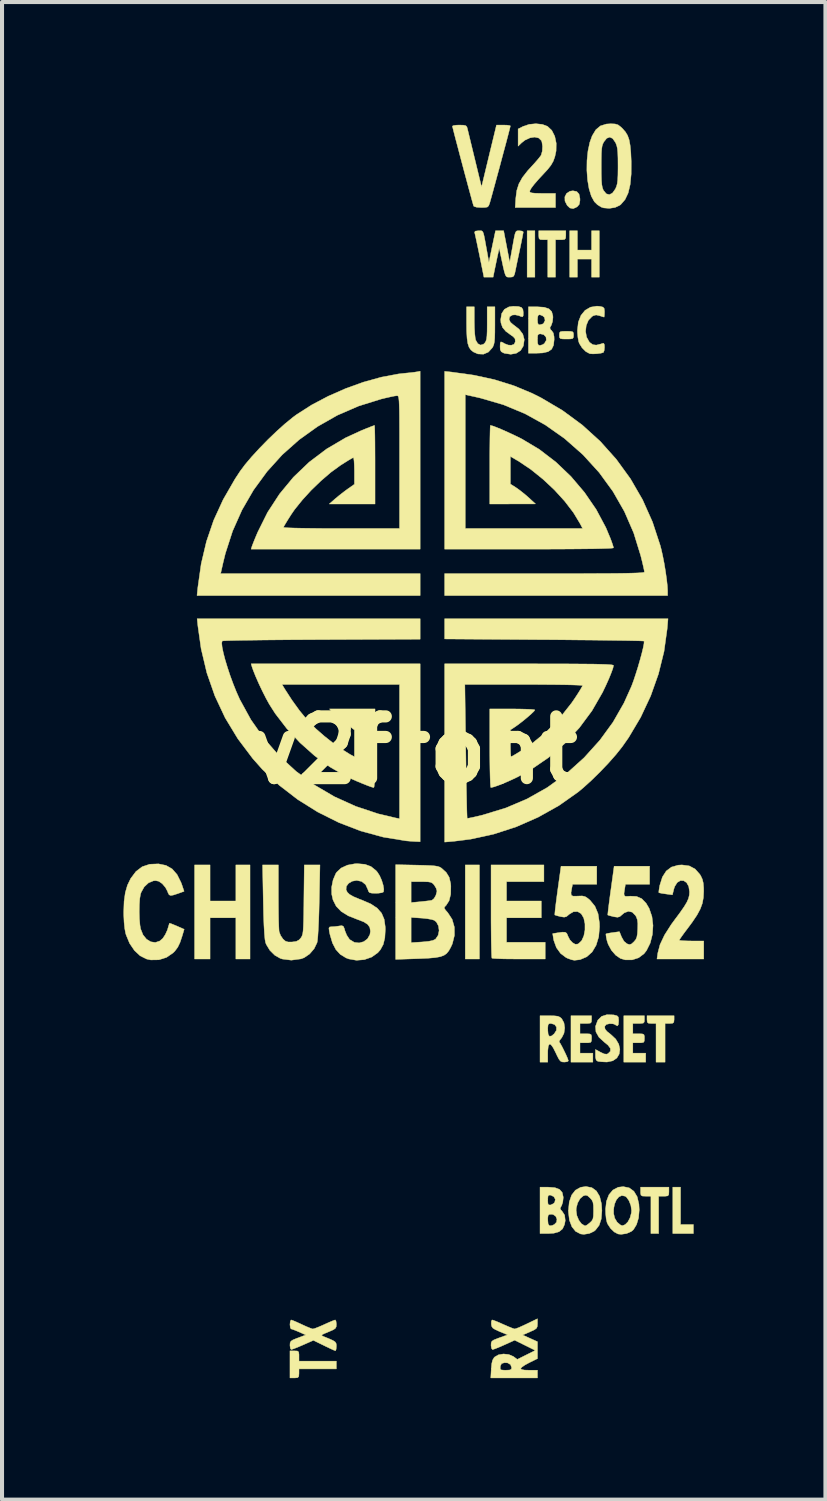
<source format=kicad_pcb>
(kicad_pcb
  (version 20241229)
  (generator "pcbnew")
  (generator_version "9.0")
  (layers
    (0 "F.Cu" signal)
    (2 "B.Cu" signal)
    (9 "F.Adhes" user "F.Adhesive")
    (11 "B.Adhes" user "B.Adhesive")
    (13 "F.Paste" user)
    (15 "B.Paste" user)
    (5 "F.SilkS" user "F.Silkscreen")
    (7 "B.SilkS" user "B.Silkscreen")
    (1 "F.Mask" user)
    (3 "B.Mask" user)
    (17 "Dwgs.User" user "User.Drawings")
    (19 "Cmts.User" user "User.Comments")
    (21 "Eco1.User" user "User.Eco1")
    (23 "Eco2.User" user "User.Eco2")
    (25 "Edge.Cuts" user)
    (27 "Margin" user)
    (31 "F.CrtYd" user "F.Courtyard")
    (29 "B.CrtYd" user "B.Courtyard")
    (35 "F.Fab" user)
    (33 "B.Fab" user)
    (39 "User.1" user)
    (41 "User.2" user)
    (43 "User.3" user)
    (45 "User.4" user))
  (footprint "v2front"
    (layer "F.Cu")
    (at 7.166 15.475)
    (property "Reference" "v2front" (at 0 0 0) (layer "F.SilkS") (effects (font (size 1.524 1.524) (thickness 0.3))))
    (attr through_hole)
    (fp_poly (pts (xy 1.623 5.156) (xy 1.273 5.156) (xy 1.273 2.833) (xy 1.623 2.833) (xy 1.623 5.156)) (stroke (width 0.01) (type solid)) (fill yes) (layer "F.SilkS"))
    (fp_poly (pts (xy 2.992 -11.681) (xy 2.801 -11.681) (xy 2.801 -12.827) (xy 2.992 -12.827) (xy 2.992 -11.681)) (stroke (width 0.01) (type solid)) (fill yes) (layer "F.SilkS"))
    (fp_poly (pts (xy 6.589 11.713) (xy 6.907 11.713) (xy 6.907 11.936) (xy 6.398 11.936) (xy 6.398 10.79) (xy 6.589 10.79) (xy 6.589 11.713)) (stroke (width 0.01) (type solid)) (fill yes) (layer "F.SilkS"))
    (fp_poly (pts (xy -5.029 3.724) (xy -4.392 3.724) (xy -4.392 2.833) (xy -4.042 2.833) (xy -4.042 5.156) (xy -4.392 5.156) (xy -4.392 4.138) (xy -5.029 4.138) (xy -5.029 5.156) (xy -5.411 5.156) (xy -5.411 2.833) (xy -5.029 2.833) (xy -5.029 3.724)) (stroke (width 0.01) (type solid)) (fill yes) (layer "F.SilkS"))
    (fp_poly (pts (xy 4.042 -12.35) (xy 4.392 -12.35) (xy 4.392 -12.827) (xy 4.583 -12.827) (xy 4.583 -11.681) (xy 4.392 -11.681) (xy 4.392 -12.127) (xy 4.042 -12.127) (xy 4.042 -11.681) (xy 3.851 -11.681) (xy 3.851 -12.827) (xy 4.042 -12.827) (xy 4.042 -12.35)) (stroke (width 0.01) (type solid)) (fill yes) (layer "F.SilkS"))
    (fp_poly (pts (xy 4.026 -13.795) (xy 4.082 -13.734) (xy 4.105 -13.623) (xy 4.106 -13.579) (xy 4.088 -13.478) (xy 4.035 -13.418) (xy 3.939 -13.373) (xy 3.857 -13.389) (xy 3.79 -13.452) (xy 3.735 -13.56) (xy 3.732 -13.664) (xy 3.775 -13.749) (xy 3.858 -13.803) (xy 3.932 -13.814) (xy 4.026 -13.795)) (stroke (width 0.01) (type solid)) (fill yes) (layer "F.SilkS"))
    (fp_poly (pts (xy 6.43 6.652) (xy 6.423 6.717) (xy 6.392 6.743) (xy 6.318 6.748) (xy 6.207 6.748) (xy 6.207 7.703) (xy 5.984 7.703) (xy 5.984 6.748) (xy 5.873 6.748) (xy 5.798 6.743) (xy 5.767 6.716) (xy 5.761 6.652) (xy 5.761 6.557) (xy 6.43 6.557) (xy 6.43 6.652)) (stroke (width 0.01) (type solid)) (fill yes) (layer "F.SilkS"))
    (fp_poly (pts (xy -2.873 14.836) (xy -2.841 14.86) (xy -2.833 14.922) (xy -2.833 14.96) (xy -2.833 15.087) (xy -1.91 15.087) (xy -1.91 15.278) (xy -2.833 15.278) (xy -2.833 15.39) (xy -2.838 15.464) (xy -2.866 15.495) (xy -2.936 15.501) (xy -2.944 15.501) (xy -3.056 15.501) (xy -3.056 14.833) (xy -2.944 14.833) (xy -2.873 14.836)) (stroke (width 0.01) (type solid)) (fill yes) (layer "F.SilkS"))
    (fp_poly (pts (xy 3.756 -12.716) (xy 3.752 -12.645) (xy 3.728 -12.613) (xy 3.666 -12.605) (xy 3.629 -12.605) (xy 3.501 -12.605) (xy 3.501 -11.681) (xy 3.31 -11.681) (xy 3.31 -12.605) (xy 3.199 -12.605) (xy 3.124 -12.609) (xy 3.094 -12.637) (xy 3.087 -12.707) (xy 3.087 -12.716) (xy 3.087 -12.827) (xy 3.756 -12.827) (xy 3.756 -12.716)) (stroke (width 0.01) (type solid)) (fill yes) (layer "F.SilkS"))
    (fp_poly (pts (xy 6.302 10.902) (xy 6.298 10.973) (xy 6.275 11.005) (xy 6.213 11.013) (xy 6.175 11.013) (xy 6.048 11.013) (xy 6.048 11.936) (xy 5.857 11.936) (xy 5.857 11.013) (xy 5.729 11.013) (xy 5.648 11.01) (xy 5.612 10.989) (xy 5.602 10.935) (xy 5.602 10.902) (xy 5.602 10.79) (xy 6.302 10.79) (xy 6.302 10.902)) (stroke (width 0.01) (type solid)) (fill yes) (layer "F.SilkS"))
    (fp_poly (pts (xy 3.872 -10.343) (xy 3.924 -10.332) (xy 3.944 -10.305) (xy 3.947 -10.251) (xy 3.947 -10.249) (xy 3.944 -10.195) (xy 3.925 -10.166) (xy 3.873 -10.155) (xy 3.774 -10.154) (xy 3.772 -10.154) (xy 3.672 -10.155) (xy 3.62 -10.166) (xy 3.6 -10.194) (xy 3.597 -10.248) (xy 3.597 -10.249) (xy 3.6 -10.304) (xy 3.619 -10.332) (xy 3.67 -10.343) (xy 3.769 -10.345) (xy 3.772 -10.345) (xy 3.872 -10.343)) (stroke (width 0.01) (type solid)) (fill yes) (layer "F.SilkS"))
    (fp_poly (pts (xy 4.392 6.652) (xy 4.388 6.711) (xy 4.364 6.739) (xy 4.303 6.747) (xy 4.249 6.748) (xy 4.106 6.748) (xy 4.106 7.003) (xy 4.249 7.003) (xy 4.337 7.005) (xy 4.379 7.021) (xy 4.392 7.064) (xy 4.392 7.114) (xy 4.389 7.182) (xy 4.369 7.215) (xy 4.313 7.225) (xy 4.249 7.225) (xy 4.106 7.225) (xy 4.106 7.48) (xy 4.424 7.48) (xy 4.424 7.703) (xy 3.883 7.703) (xy 3.883 6.557) (xy 4.392 6.557) (xy 4.392 6.652)) (stroke (width 0.01) (type solid)) (fill yes) (layer "F.SilkS"))
    (fp_poly (pts (xy 5.697 6.652) (xy 5.693 6.711) (xy 5.669 6.739) (xy 5.608 6.747) (xy 5.554 6.748) (xy 5.411 6.748) (xy 5.411 7.003) (xy 5.554 7.003) (xy 5.642 7.005) (xy 5.684 7.021) (xy 5.697 7.064) (xy 5.697 7.114) (xy 5.694 7.182) (xy 5.674 7.215) (xy 5.618 7.225) (xy 5.554 7.225) (xy 5.411 7.225) (xy 5.411 7.48) (xy 5.729 7.48) (xy 5.729 7.703) (xy 5.188 7.703) (xy 5.188 6.557) (xy 5.697 6.557) (xy 5.697 6.652)) (stroke (width 0.01) (type solid)) (fill yes) (layer "F.SilkS"))
    (fp_poly (pts (xy 3.215 3.247) (xy 2.292 3.247) (xy 2.292 3.724) (xy 3.151 3.724) (xy 3.151 4.138) (xy 2.292 4.138) (xy 2.292 4.743) (xy 3.247 4.743) (xy 3.247 5.156) (xy 2.599 5.156) (xy 2.403 5.155) (xy 2.228 5.153) (xy 2.085 5.148) (xy 1.984 5.143) (xy 1.934 5.137) (xy 1.931 5.135) (xy 1.926 5.1) (xy 1.922 5.007) (xy 1.918 4.866) (xy 1.914 4.684) (xy 1.912 4.466) (xy 1.91 4.222) (xy 1.91 3.973) (xy 1.91 2.833) (xy 3.215 2.833) (xy 3.215 3.247)) (stroke (width 0.01) (type solid)) (fill yes) (layer "F.SilkS"))
    (fp_poly (pts (xy 1.496 -10.588) (xy 1.499 -10.432) (xy 1.507 -10.29) (xy 1.519 -10.181) (xy 1.53 -10.128) (xy 1.582 -10.04) (xy 1.65 -10.004) (xy 1.723 -10.025) (xy 1.757 -10.058) (xy 1.781 -10.097) (xy 1.798 -10.15) (xy 1.808 -10.23) (xy 1.813 -10.349) (xy 1.814 -10.518) (xy 1.814 -10.539) (xy 1.814 -10.949) (xy 2.005 -10.949) (xy 2.005 -10.496) (xy 2.004 -10.311) (xy 2 -10.178) (xy 1.992 -10.084) (xy 1.978 -10.017) (xy 1.957 -9.965) (xy 1.941 -9.938) (xy 1.844 -9.831) (xy 1.722 -9.779) (xy 1.586 -9.785) (xy 1.474 -9.834) (xy 1.413 -9.883) (xy 1.367 -9.949) (xy 1.336 -10.043) (xy 1.317 -10.173) (xy 1.307 -10.35) (xy 1.305 -10.544) (xy 1.305 -10.949) (xy 1.496 -10.949) (xy 1.496 -10.588)) (stroke (width 0.01) (type solid)) (fill yes) (layer "F.SilkS"))
    (fp_poly (pts (xy 2.584 -10.957) (xy 2.66 -10.934) (xy 2.697 -10.883) (xy 2.706 -10.807) (xy 2.703 -10.727) (xy 2.685 -10.7) (xy 2.635 -10.714) (xy 2.598 -10.731) (xy 2.506 -10.751) (xy 2.437 -10.746) (xy 2.371 -10.706) (xy 2.354 -10.642) (xy 2.386 -10.57) (xy 2.443 -10.519) (xy 2.599 -10.399) (xy 2.694 -10.274) (xy 2.73 -10.14) (xy 2.709 -9.991) (xy 2.705 -9.978) (xy 2.639 -9.87) (xy 2.532 -9.801) (xy 2.397 -9.777) (xy 2.244 -9.8) (xy 2.22 -9.809) (xy 2.162 -9.84) (xy 2.137 -9.89) (xy 2.133 -9.965) (xy 2.136 -10.052) (xy 2.153 -10.084) (xy 2.198 -10.068) (xy 2.243 -10.04) (xy 2.333 -10.005) (xy 2.409 -10) (xy 2.478 -10.023) (xy 2.506 -10.08) (xy 2.508 -10.094) (xy 2.502 -10.161) (xy 2.454 -10.215) (xy 2.412 -10.243) (xy 2.276 -10.342) (xy 2.193 -10.44) (xy 2.154 -10.552) (xy 2.148 -10.633) (xy 2.172 -10.782) (xy 2.241 -10.888) (xy 2.353 -10.948) (xy 2.456 -10.962) (xy 2.584 -10.957)) (stroke (width 0.01) (type solid)) (fill yes) (layer "F.SilkS"))
    (fp_poly (pts (xy 4.601 -10.959) (xy 4.672 -10.942) (xy 4.703 -10.909) (xy 4.711 -10.837) (xy 4.711 -10.818) (xy 4.708 -10.74) (xy 4.702 -10.697) (xy 4.7 -10.695) (xy 4.665 -10.704) (xy 4.596 -10.727) (xy 4.588 -10.73) (xy 4.503 -10.748) (xy 4.433 -10.728) (xy 4.405 -10.711) (xy 4.314 -10.617) (xy 4.26 -10.488) (xy 4.244 -10.343) (xy 4.268 -10.202) (xy 4.334 -10.083) (xy 4.349 -10.067) (xy 4.423 -10.014) (xy 4.509 -10.003) (xy 4.625 -10.032) (xy 4.655 -10.043) (xy 4.692 -10.048) (xy 4.708 -10.013) (xy 4.711 -9.952) (xy 4.704 -9.873) (xy 4.687 -9.825) (xy 4.684 -9.822) (xy 4.625 -9.804) (xy 4.53 -9.791) (xy 4.43 -9.786) (xy 4.352 -9.791) (xy 4.345 -9.793) (xy 4.25 -9.844) (xy 4.158 -9.935) (xy 4.09 -10.044) (xy 4.074 -10.088) (xy 4.055 -10.189) (xy 4.044 -10.314) (xy 4.043 -10.37) (xy 4.065 -10.571) (xy 4.13 -10.737) (xy 4.232 -10.862) (xy 4.366 -10.94) (xy 4.525 -10.966) (xy 4.601 -10.959)) (stroke (width 0.01) (type solid)) (fill yes) (layer "F.SilkS"))
    (fp_poly (pts (xy 3.178 -15.453) (xy 3.304 -15.405) (xy 3.41 -15.305) (xy 3.483 -15.161) (xy 3.519 -14.988) (xy 3.516 -14.798) (xy 3.486 -14.657) (xy 3.446 -14.545) (xy 3.389 -14.445) (xy 3.303 -14.336) (xy 3.234 -14.262) (xy 3.082 -14.098) (xy 2.973 -13.972) (xy 2.903 -13.88) (xy 2.869 -13.818) (xy 2.865 -13.796) (xy 2.877 -13.774) (xy 2.921 -13.761) (xy 3.006 -13.753) (xy 3.143 -13.75) (xy 3.183 -13.75) (xy 3.501 -13.75) (xy 3.501 -13.4) (xy 2.506 -13.4) (xy 2.521 -13.634) (xy 2.545 -13.821) (xy 2.597 -13.985) (xy 2.684 -14.142) (xy 2.814 -14.309) (xy 2.898 -14.401) (xy 2.994 -14.506) (xy 3.076 -14.601) (xy 3.132 -14.672) (xy 3.147 -14.695) (xy 3.175 -14.793) (xy 3.181 -14.913) (xy 3.165 -15.021) (xy 3.151 -15.055) (xy 3.085 -15.118) (xy 2.987 -15.14) (xy 2.87 -15.121) (xy 2.749 -15.065) (xy 2.666 -15) (xy 2.578 -14.916) (xy 2.578 -15.341) (xy 2.704 -15.405) (xy 2.851 -15.454) (xy 3.017 -15.47) (xy 3.178 -15.453)) (stroke (width 0.01) (type solid)) (fill yes) (layer "F.SilkS"))
    (fp_poly (pts (xy 5.323 10.808) (xy 5.437 10.892) (xy 5.518 11.026) (xy 5.561 11.208) (xy 5.569 11.352) (xy 5.552 11.549) (xy 5.502 11.715) (xy 5.426 11.839) (xy 5.372 11.885) (xy 5.255 11.936) (xy 5.123 11.955) (xy 5.045 11.946) (xy 4.952 11.897) (xy 4.86 11.808) (xy 4.79 11.701) (xy 4.772 11.657) (xy 4.752 11.565) (xy 4.74 11.443) (xy 4.937 11.443) (xy 4.964 11.556) (xy 5.02 11.65) (xy 5.042 11.671) (xy 5.106 11.724) (xy 5.148 11.741) (xy 5.192 11.728) (xy 5.225 11.711) (xy 5.289 11.647) (xy 5.343 11.544) (xy 5.375 11.424) (xy 5.379 11.363) (xy 5.362 11.242) (xy 5.317 11.126) (xy 5.256 11.039) (xy 5.223 11.014) (xy 5.138 10.997) (xy 5.065 11.031) (xy 5.004 11.104) (xy 4.961 11.205) (xy 4.937 11.322) (xy 4.937 11.443) (xy 4.74 11.443) (xy 4.74 11.441) (xy 4.737 11.343) (xy 4.759 11.139) (xy 4.821 10.977) (xy 4.919 10.86) (xy 5.05 10.792) (xy 5.175 10.777) (xy 5.323 10.808)) (stroke (width 0.01) (type solid)) (fill yes) (layer "F.SilkS"))
    (fp_poly (pts (xy 4.934 6.536) (xy 4.949 6.539) (xy 5.021 6.558) (xy 5.053 6.591) (xy 5.061 6.662) (xy 5.061 6.686) (xy 5.053 6.777) (xy 5.029 6.809) (xy 4.984 6.785) (xy 4.976 6.777) (xy 4.923 6.757) (xy 4.841 6.753) (xy 4.834 6.754) (xy 4.755 6.772) (xy 4.721 6.814) (xy 4.717 6.834) (xy 4.725 6.886) (xy 4.773 6.945) (xy 4.866 7.019) (xy 4.988 7.133) (xy 5.063 7.259) (xy 5.091 7.386) (xy 5.074 7.503) (xy 5.016 7.601) (xy 4.916 7.67) (xy 4.777 7.699) (xy 4.746 7.699) (xy 4.645 7.694) (xy 4.563 7.685) (xy 4.544 7.681) (xy 4.506 7.653) (xy 4.49 7.587) (xy 4.488 7.528) (xy 4.488 7.39) (xy 4.615 7.459) (xy 4.704 7.5) (xy 4.765 7.506) (xy 4.798 7.493) (xy 4.857 7.433) (xy 4.857 7.363) (xy 4.796 7.282) (xy 4.711 7.213) (xy 4.574 7.088) (xy 4.5 6.957) (xy 4.489 6.82) (xy 4.542 6.676) (xy 4.55 6.662) (xy 4.64 6.573) (xy 4.77 6.531) (xy 4.934 6.536)) (stroke (width 0.01) (type solid)) (fill yes) (layer "F.SilkS"))
    (fp_poly (pts (xy 4.398 10.802) (xy 4.511 10.884) (xy 4.591 11.017) (xy 4.636 11.199) (xy 4.647 11.371) (xy 4.631 11.575) (xy 4.579 11.732) (xy 4.489 11.849) (xy 4.453 11.879) (xy 4.337 11.934) (xy 4.203 11.955) (xy 4.122 11.946) (xy 3.999 11.883) (xy 3.906 11.768) (xy 3.845 11.607) (xy 3.821 11.407) (xy 3.82 11.372) (xy 3.821 11.363) (xy 4.011 11.363) (xy 4.028 11.489) (xy 4.076 11.605) (xy 4.143 11.695) (xy 4.219 11.741) (xy 4.24 11.744) (xy 4.276 11.726) (xy 4.337 11.68) (xy 4.351 11.668) (xy 4.398 11.622) (xy 4.425 11.573) (xy 4.437 11.502) (xy 4.44 11.389) (xy 4.44 11.367) (xy 4.438 11.244) (xy 4.426 11.165) (xy 4.4 11.109) (xy 4.355 11.056) (xy 4.354 11.056) (xy 4.292 11.001) (xy 4.243 10.988) (xy 4.185 11.007) (xy 4.109 11.072) (xy 4.048 11.18) (xy 4.014 11.307) (xy 4.011 11.363) (xy 3.821 11.363) (xy 3.841 11.156) (xy 3.899 10.986) (xy 3.994 10.864) (xy 4.123 10.793) (xy 4.253 10.774) (xy 4.398 10.802)) (stroke (width 0.01) (type solid)) (fill yes) (layer "F.SilkS"))
    (fp_poly (pts (xy -3.342 3.609) (xy -3.341 3.83) (xy -3.339 4.036) (xy -3.336 4.214) (xy -3.331 4.356) (xy -3.326 4.451) (xy -3.322 4.484) (xy -3.286 4.578) (xy -3.227 4.664) (xy -3.167 4.716) (xy -3.099 4.737) (xy -3.003 4.736) (xy -2.898 4.721) (xy -2.83 4.684) (xy -2.788 4.637) (xy -2.768 4.607) (xy -2.753 4.572) (xy -2.74 4.525) (xy -2.731 4.457) (xy -2.725 4.36) (xy -2.72 4.228) (xy -2.716 4.051) (xy -2.713 3.822) (xy -2.712 3.69) (xy -2.702 2.833) (xy -2.315 2.833) (xy -2.333 3.732) (xy -2.339 3.993) (xy -2.347 4.228) (xy -2.357 4.431) (xy -2.367 4.592) (xy -2.378 4.704) (xy -2.387 4.753) (xy -2.459 4.902) (xy -2.571 5.032) (xy -2.706 5.124) (xy -2.784 5.153) (xy -3.022 5.185) (xy -3.242 5.157) (xy -3.294 5.141) (xy -3.43 5.064) (xy -3.552 4.943) (xy -3.641 4.796) (xy -3.658 4.752) (xy -3.673 4.672) (xy -3.686 4.53) (xy -3.698 4.326) (xy -3.708 4.058) (xy -3.715 3.732) (xy -3.732 2.833) (xy -3.342 2.833) (xy -3.342 3.609)) (stroke (width 0.01) (type solid)) (fill yes) (layer "F.SilkS"))
    (fp_poly (pts (xy 3.479 6.56) (xy 3.56 6.57) (xy 3.613 6.594) (xy 3.655 6.631) (xy 3.71 6.731) (xy 3.729 6.858) (xy 3.711 6.989) (xy 3.657 7.097) (xy 3.647 7.109) (xy 3.602 7.167) (xy 3.591 7.204) (xy 3.594 7.208) (xy 3.62 7.243) (xy 3.662 7.319) (xy 3.711 7.417) (xy 3.76 7.519) (xy 3.799 7.608) (xy 3.818 7.665) (xy 3.82 7.672) (xy 3.792 7.693) (xy 3.724 7.701) (xy 3.716 7.701) (xy 3.662 7.697) (xy 3.621 7.675) (xy 3.583 7.625) (xy 3.537 7.535) (xy 3.511 7.479) (xy 3.442 7.343) (xy 3.388 7.269) (xy 3.349 7.257) (xy 3.323 7.307) (xy 3.311 7.418) (xy 3.31 7.48) (xy 3.31 7.703) (xy 3.119 7.703) (xy 3.119 6.907) (xy 3.31 6.907) (xy 3.32 7.016) (xy 3.351 7.065) (xy 3.405 7.056) (xy 3.469 7.003) (xy 3.524 6.917) (xy 3.525 6.836) (xy 3.479 6.774) (xy 3.39 6.748) (xy 3.383 6.748) (xy 3.34 6.754) (xy 3.318 6.783) (xy 3.311 6.852) (xy 3.31 6.907) (xy 3.119 6.907) (xy 3.119 6.557) (xy 3.352 6.557) (xy 3.479 6.56)) (stroke (width 0.01) (type solid)) (fill yes) (layer "F.SilkS"))
    (fp_poly (pts (xy 2.31 -15.434) (xy 2.373 -15.424) (xy 2.387 -15.416) (xy 2.379 -15.38) (xy 2.357 -15.293) (xy 2.323 -15.162) (xy 2.28 -14.998) (xy 2.229 -14.809) (xy 2.174 -14.604) (xy 2.118 -14.392) (xy 2.061 -14.184) (xy 2.008 -13.987) (xy 1.96 -13.811) (xy 1.92 -13.665) (xy 1.89 -13.559) (xy 1.874 -13.504) (xy 1.851 -13.444) (xy 1.82 -13.413) (xy 1.76 -13.402) (xy 1.668 -13.4) (xy 1.553 -13.408) (xy 1.489 -13.428) (xy 1.479 -13.44) (xy 1.466 -13.484) (xy 1.439 -13.579) (xy 1.402 -13.715) (xy 1.356 -13.885) (xy 1.304 -14.079) (xy 1.248 -14.287) (xy 1.191 -14.502) (xy 1.135 -14.713) (xy 1.083 -14.912) (xy 1.036 -15.089) (xy 0.998 -15.236) (xy 0.971 -15.344) (xy 0.956 -15.403) (xy 0.955 -15.411) (xy 0.984 -15.425) (xy 1.058 -15.435) (xy 1.129 -15.437) (xy 1.231 -15.434) (xy 1.287 -15.421) (xy 1.313 -15.391) (xy 1.321 -15.366) (xy 1.334 -15.315) (xy 1.359 -15.212) (xy 1.394 -15.067) (xy 1.437 -14.89) (xy 1.485 -14.692) (xy 1.507 -14.602) (xy 1.675 -13.909) (xy 1.859 -14.673) (xy 2.044 -15.437) (xy 2.215 -15.437) (xy 2.31 -15.434)) (stroke (width 0.01) (type solid)) (fill yes) (layer "F.SilkS"))
    (fp_poly (pts (xy 3.221 -10.938) (xy 3.337 -10.9) (xy 3.407 -10.831) (xy 3.436 -10.727) (xy 3.438 -10.684) (xy 3.427 -10.582) (xy 3.399 -10.497) (xy 3.391 -10.483) (xy 3.362 -10.429) (xy 3.379 -10.387) (xy 3.407 -10.36) (xy 3.448 -10.301) (xy 3.466 -10.211) (xy 3.468 -10.141) (xy 3.453 -10.001) (xy 3.406 -9.902) (xy 3.318 -9.841) (xy 3.183 -9.81) (xy 3.042 -9.804) (xy 2.833 -9.804) (xy 2.833 -10.138) (xy 3.056 -10.138) (xy 3.06 -10.048) (xy 3.078 -10.005) (xy 3.115 -9.994) (xy 3.117 -9.994) (xy 3.189 -10.016) (xy 3.228 -10.045) (xy 3.275 -10.125) (xy 3.266 -10.203) (xy 3.212 -10.261) (xy 3.129 -10.281) (xy 3.084 -10.274) (xy 3.062 -10.242) (xy 3.056 -10.167) (xy 3.056 -10.138) (xy 2.833 -10.138) (xy 2.833 -10.631) (xy 3.056 -10.631) (xy 3.062 -10.547) (xy 3.084 -10.51) (xy 3.113 -10.504) (xy 3.184 -10.524) (xy 3.208 -10.542) (xy 3.244 -10.614) (xy 3.227 -10.687) (xy 3.185 -10.725) (xy 3.111 -10.755) (xy 3.071 -10.737) (xy 3.056 -10.666) (xy 3.056 -10.631) (xy 2.833 -10.631) (xy 2.833 -10.949) (xy 3.051 -10.949) (xy 3.221 -10.938)) (stroke (width 0.01) (type solid)) (fill yes) (layer "F.SilkS"))
    (fp_poly (pts (xy 3.488 10.803) (xy 3.601 10.846) (xy 3.667 10.921) (xy 3.692 11.034) (xy 3.692 11.056) (xy 3.681 11.158) (xy 3.654 11.242) (xy 3.645 11.257) (xy 3.616 11.312) (xy 3.634 11.353) (xy 3.659 11.377) (xy 3.727 11.481) (xy 3.742 11.616) (xy 3.724 11.714) (xy 3.675 11.82) (xy 3.59 11.89) (xy 3.461 11.927) (xy 3.312 11.936) (xy 3.119 11.936) (xy 3.119 11.602) (xy 3.31 11.602) (xy 3.32 11.701) (xy 3.354 11.745) (xy 3.42 11.736) (xy 3.472 11.712) (xy 3.527 11.654) (xy 3.537 11.579) (xy 3.507 11.509) (xy 3.443 11.465) (xy 3.402 11.459) (xy 3.346 11.463) (xy 3.319 11.488) (xy 3.311 11.551) (xy 3.31 11.602) (xy 3.119 11.602) (xy 3.119 11.109) (xy 3.31 11.109) (xy 3.314 11.192) (xy 3.332 11.227) (xy 3.372 11.231) (xy 3.379 11.23) (xy 3.451 11.197) (xy 3.482 11.164) (xy 3.497 11.091) (xy 3.461 11.026) (xy 3.385 10.988) (xy 3.379 10.987) (xy 3.335 10.988) (xy 3.315 11.019) (xy 3.31 11.096) (xy 3.31 11.109) (xy 3.119 11.109) (xy 3.119 10.79) (xy 3.322 10.79) (xy 3.488 10.803)) (stroke (width 0.01) (type solid)) (fill yes) (layer "F.SilkS"))
    (fp_poly (pts (xy 6.804 2.857) (xy 6.949 2.934) (xy 7.066 3.066) (xy 7.089 3.104) (xy 7.128 3.188) (xy 7.15 3.28) (xy 7.16 3.402) (xy 7.161 3.485) (xy 7.153 3.641) (xy 7.127 3.782) (xy 7.076 3.921) (xy 6.996 4.07) (xy 6.88 4.243) (xy 6.778 4.381) (xy 6.69 4.497) (xy 6.619 4.595) (xy 6.572 4.664) (xy 6.557 4.691) (xy 6.586 4.7) (xy 6.666 4.706) (xy 6.781 4.71) (xy 6.859 4.711) (xy 7.162 4.711) (xy 7.162 5.156) (xy 6.007 5.156) (xy 6.028 5.006) (xy 6.083 4.799) (xy 6.194 4.564) (xy 6.361 4.302) (xy 6.446 4.186) (xy 6.58 4.006) (xy 6.678 3.865) (xy 6.745 3.753) (xy 6.786 3.66) (xy 6.806 3.575) (xy 6.811 3.499) (xy 6.791 3.364) (xy 6.739 3.271) (xy 6.666 3.222) (xy 6.585 3.22) (xy 6.507 3.267) (xy 6.445 3.366) (xy 6.425 3.426) (xy 6.388 3.572) (xy 6.227 3.55) (xy 6.132 3.536) (xy 6.069 3.523) (xy 6.053 3.518) (xy 6.053 3.483) (xy 6.064 3.405) (xy 6.077 3.336) (xy 6.141 3.132) (xy 6.236 2.983) (xy 6.365 2.886) (xy 6.53 2.839) (xy 6.624 2.833) (xy 6.804 2.857)) (stroke (width 0.01) (type solid)) (fill yes) (layer "F.SilkS"))
    (fp_poly (pts (xy 1.677 -12.825) (xy 1.701 -12.808) (xy 1.72 -12.769) (xy 1.738 -12.699) (xy 1.76 -12.587) (xy 1.789 -12.426) (xy 1.803 -12.35) (xy 1.857 -12.047) (xy 1.938 -12.437) (xy 2.02 -12.827) (xy 2.221 -12.827) (xy 2.296 -12.438) (xy 2.371 -12.048) (xy 2.428 -12.366) (xy 2.46 -12.545) (xy 2.483 -12.67) (xy 2.502 -12.752) (xy 2.521 -12.799) (xy 2.542 -12.821) (xy 2.57 -12.827) (xy 2.608 -12.827) (xy 2.611 -12.827) (xy 2.677 -12.819) (xy 2.706 -12.798) (xy 2.706 -12.798) (xy 2.699 -12.757) (xy 2.682 -12.667) (xy 2.657 -12.542) (xy 2.629 -12.408) (xy 2.594 -12.242) (xy 2.559 -12.078) (xy 2.53 -11.938) (xy 2.515 -11.864) (xy 2.493 -11.762) (xy 2.47 -11.708) (xy 2.436 -11.686) (xy 2.379 -11.681) (xy 2.372 -11.681) (xy 2.334 -11.681) (xy 2.305 -11.686) (xy 2.281 -11.705) (xy 2.26 -11.745) (xy 2.238 -11.816) (xy 2.212 -11.924) (xy 2.179 -12.079) (xy 2.138 -12.27) (xy 2.112 -12.398) (xy 2.077 -12.238) (xy 2.05 -12.115) (xy 2.02 -11.969) (xy 2.001 -11.88) (xy 1.961 -11.681) (xy 1.734 -11.681) (xy 1.626 -12.215) (xy 1.589 -12.393) (xy 1.556 -12.55) (xy 1.529 -12.676) (xy 1.51 -12.76) (xy 1.503 -12.788) (xy 1.518 -12.817) (xy 1.592 -12.827) (xy 1.601 -12.827) (xy 1.645 -12.828) (xy 1.677 -12.825)) (stroke (width 0.01) (type solid)) (fill yes) (layer "F.SilkS"))
    (fp_poly (pts (xy 4.52 3.31) (xy 3.923 3.31) (xy 3.903 3.41) (xy 3.884 3.519) (xy 3.89 3.579) (xy 3.93 3.603) (xy 4.015 3.604) (xy 4.055 3.602) (xy 4.16 3.599) (xy 4.232 3.615) (xy 4.3 3.659) (xy 4.356 3.707) (xy 4.475 3.853) (xy 4.552 4.037) (xy 4.586 4.264) (xy 4.589 4.361) (xy 4.568 4.606) (xy 4.505 4.815) (xy 4.406 4.982) (xy 4.272 5.102) (xy 4.108 5.172) (xy 3.967 5.188) (xy 3.898 5.174) (xy 3.803 5.14) (xy 3.763 5.121) (xy 3.629 5.021) (xy 3.524 4.876) (xy 3.46 4.7) (xy 3.452 4.66) (xy 3.431 4.529) (xy 3.554 4.509) (xy 3.67 4.493) (xy 3.74 4.495) (xy 3.779 4.521) (xy 3.803 4.575) (xy 3.807 4.588) (xy 3.855 4.681) (xy 3.919 4.751) (xy 3.987 4.791) (xy 4.043 4.789) (xy 4.073 4.775) (xy 4.148 4.702) (xy 4.201 4.585) (xy 4.229 4.441) (xy 4.229 4.287) (xy 4.198 4.142) (xy 4.135 4.037) (xy 4.046 3.985) (xy 3.943 3.989) (xy 3.84 4.051) (xy 3.833 4.058) (xy 3.773 4.108) (xy 3.716 4.123) (xy 3.629 4.11) (xy 3.625 4.109) (xy 3.542 4.088) (xy 3.491 4.071) (xy 3.484 4.068) (xy 3.485 4.034) (xy 3.493 3.947) (xy 3.508 3.817) (xy 3.529 3.654) (xy 3.554 3.468) (xy 3.555 3.46) (xy 3.638 2.865) (xy 4.52 2.865) (xy 4.52 3.31)) (stroke (width 0.01) (type solid)) (fill yes) (layer "F.SilkS"))
    (fp_poly (pts (xy 5.825 3.31) (xy 5.228 3.31) (xy 5.209 3.43) (xy 5.193 3.535) (xy 5.198 3.59) (xy 5.234 3.61) (xy 5.311 3.607) (xy 5.345 3.604) (xy 5.502 3.611) (xy 5.631 3.667) (xy 5.739 3.779) (xy 5.815 3.909) (xy 5.883 4.108) (xy 5.909 4.327) (xy 5.894 4.551) (xy 5.84 4.763) (xy 5.749 4.946) (xy 5.688 5.025) (xy 5.554 5.126) (xy 5.393 5.178) (xy 5.223 5.177) (xy 5.106 5.143) (xy 4.989 5.063) (xy 4.882 4.94) (xy 4.802 4.792) (xy 4.773 4.704) (xy 4.754 4.613) (xy 4.746 4.551) (xy 4.748 4.536) (xy 4.783 4.525) (xy 4.862 4.511) (xy 4.92 4.503) (xy 5.08 4.481) (xy 5.132 4.611) (xy 5.192 4.718) (xy 5.266 4.78) (xy 5.328 4.8) (xy 5.377 4.785) (xy 5.436 4.732) (xy 5.482 4.678) (xy 5.509 4.617) (xy 5.524 4.53) (xy 5.531 4.416) (xy 5.534 4.282) (xy 5.523 4.189) (xy 5.497 4.117) (xy 5.477 4.082) (xy 5.397 4) (xy 5.301 3.978) (xy 5.2 4.016) (xy 5.148 4.059) (xy 5.09 4.109) (xy 5.034 4.125) (xy 4.952 4.114) (xy 4.935 4.11) (xy 4.851 4.089) (xy 4.799 4.073) (xy 4.792 4.069) (xy 4.794 4.036) (xy 4.803 3.949) (xy 4.819 3.82) (xy 4.84 3.657) (xy 4.865 3.471) (xy 4.867 3.461) (xy 4.949 2.865) (xy 5.825 2.865) (xy 5.825 3.31)) (stroke (width 0.01) (type solid)) (fill yes) (layer "F.SilkS"))
    (fp_poly (pts (xy -1.919 14.097) (xy -1.91 14.165) (xy -1.91 14.177) (xy -1.914 14.236) (xy -1.934 14.276) (xy -1.984 14.311) (xy -2.077 14.352) (xy -2.109 14.365) (xy -2.212 14.408) (xy -2.264 14.435) (xy -2.271 14.454) (xy -2.242 14.471) (xy -2.228 14.477) (xy -2.088 14.534) (xy -1.996 14.575) (xy -1.943 14.609) (xy -1.918 14.644) (xy -1.91 14.686) (xy -1.91 14.722) (xy -1.916 14.794) (xy -1.931 14.829) (xy -1.934 14.83) (xy -1.971 14.816) (xy -2.051 14.78) (xy -2.16 14.728) (xy -2.217 14.7) (xy -2.477 14.573) (xy -2.736 14.687) (xy -2.855 14.738) (xy -2.953 14.777) (xy -3.014 14.798) (xy -3.025 14.801) (xy -3.046 14.773) (xy -3.055 14.705) (xy -3.056 14.693) (xy -3.052 14.634) (xy -3.031 14.594) (xy -2.981 14.561) (xy -2.886 14.522) (xy -2.86 14.513) (xy -2.665 14.44) (xy -2.832 14.365) (xy -2.928 14.325) (xy -3.001 14.298) (xy -3.028 14.291) (xy -3.046 14.263) (xy -3.055 14.195) (xy -3.056 14.18) (xy -3.048 14.106) (xy -3.03 14.07) (xy -3.026 14.069) (xy -2.986 14.082) (xy -2.904 14.116) (xy -2.796 14.165) (xy -2.765 14.18) (xy -2.651 14.232) (xy -2.556 14.271) (xy -2.497 14.291) (xy -2.489 14.291) (xy -2.442 14.279) (xy -2.354 14.245) (xy -2.242 14.197) (xy -2.206 14.18) (xy -2.092 14.129) (xy -1.999 14.09) (xy -1.944 14.07) (xy -1.937 14.069) (xy -1.919 14.097)) (stroke (width 0.01) (type solid)) (fill yes) (layer "F.SilkS"))
    (fp_poly (pts (xy 4.972 -15.464) (xy 5.046 -15.442) (xy 5.115 -15.389) (xy 5.157 -15.349) (xy 5.228 -15.268) (xy 5.281 -15.18) (xy 5.319 -15.074) (xy 5.344 -14.938) (xy 5.361 -14.761) (xy 5.371 -14.543) (xy 5.37 -14.228) (xy 5.345 -13.968) (xy 5.295 -13.758) (xy 5.218 -13.596) (xy 5.113 -13.475) (xy 5.088 -13.456) (xy 4.973 -13.402) (xy 4.831 -13.38) (xy 4.691 -13.391) (xy 4.629 -13.412) (xy 4.537 -13.47) (xy 4.461 -13.544) (xy 4.386 -13.68) (xy 4.33 -13.863) (xy 4.293 -14.08) (xy 4.276 -14.317) (xy 4.277 -14.419) (xy 4.631 -14.419) (xy 4.632 -14.222) (xy 4.636 -14.078) (xy 4.644 -13.974) (xy 4.657 -13.901) (xy 4.676 -13.845) (xy 4.689 -13.82) (xy 4.756 -13.739) (xy 4.832 -13.719) (xy 4.908 -13.758) (xy 4.979 -13.857) (xy 4.981 -13.862) (xy 5.008 -13.923) (xy 5.026 -13.991) (xy 5.037 -14.079) (xy 5.043 -14.201) (xy 5.045 -14.369) (xy 5.045 -14.435) (xy 5.044 -14.62) (xy 5.039 -14.756) (xy 5.03 -14.853) (xy 5.014 -14.926) (xy 4.991 -14.988) (xy 4.981 -15.008) (xy 4.913 -15.105) (xy 4.841 -15.139) (xy 4.766 -15.11) (xy 4.697 -15.024) (xy 4.671 -14.974) (xy 4.653 -14.919) (xy 4.642 -14.847) (xy 4.635 -14.745) (xy 4.632 -14.603) (xy 4.631 -14.419) (xy 4.277 -14.419) (xy 4.279 -14.56) (xy 4.303 -14.796) (xy 4.349 -15.011) (xy 4.406 -15.17) (xy 4.497 -15.321) (xy 4.61 -15.416) (xy 4.757 -15.462) (xy 4.866 -15.469) (xy 4.972 -15.464)) (stroke (width 0.01) (type solid)) (fill yes) (layer "F.SilkS"))
    (fp_poly (pts (xy -6.117 2.845) (xy -5.965 2.932) (xy -5.843 3.071) (xy -5.746 3.266) (xy -5.725 3.322) (xy -5.67 3.485) (xy -5.819 3.539) (xy -5.932 3.576) (xy -6 3.588) (xy -6.04 3.571) (xy -6.067 3.521) (xy -6.079 3.486) (xy -6.129 3.391) (xy -6.204 3.302) (xy -6.215 3.292) (xy -6.297 3.236) (xy -6.376 3.221) (xy -6.428 3.226) (xy -6.549 3.276) (xy -6.655 3.375) (xy -6.73 3.509) (xy -6.746 3.555) (xy -6.765 3.666) (xy -6.775 3.818) (xy -6.778 3.992) (xy -6.773 4.165) (xy -6.76 4.317) (xy -6.744 4.411) (xy -6.685 4.559) (xy -6.598 4.667) (xy -6.493 4.731) (xy -6.381 4.748) (xy -6.271 4.712) (xy -6.195 4.646) (xy -6.132 4.549) (xy -6.081 4.436) (xy -6.075 4.415) (xy -6.05 4.332) (xy -6.034 4.28) (xy -6.031 4.273) (xy -6.002 4.28) (xy -5.931 4.308) (xy -5.847 4.343) (xy -5.668 4.422) (xy -5.718 4.59) (xy -5.771 4.749) (xy -5.827 4.865) (xy -5.896 4.958) (xy -5.941 5.004) (xy -6.105 5.117) (xy -6.293 5.176) (xy -6.493 5.179) (xy -6.599 5.156) (xy -6.756 5.077) (xy -6.897 4.945) (xy -7.016 4.769) (xy -7.103 4.559) (xy -7.116 4.512) (xy -7.136 4.402) (xy -7.152 4.249) (xy -7.16 4.076) (xy -7.161 3.995) (xy -7.152 3.732) (xy -7.122 3.517) (xy -7.069 3.334) (xy -6.99 3.171) (xy -6.99 3.17) (xy -6.859 2.995) (xy -6.704 2.877) (xy -6.52 2.816) (xy -6.302 2.807) (xy -6.117 2.845)) (stroke (width 0.01) (type solid)) (fill yes) (layer "F.SilkS"))
    (fp_poly (pts (xy 0.077 2.838) (xy 0.275 2.843) (xy 0.419 2.849) (xy 0.521 2.857) (xy 0.592 2.869) (xy 0.642 2.886) (xy 0.681 2.909) (xy 0.688 2.914) (xy 0.805 3.021) (xy 0.876 3.138) (xy 0.911 3.288) (xy 0.917 3.355) (xy 0.913 3.558) (xy 0.873 3.719) (xy 0.8 3.832) (xy 0.795 3.836) (xy 0.761 3.872) (xy 0.756 3.903) (xy 0.786 3.949) (xy 0.842 4.013) (xy 0.949 4.177) (xy 1.004 4.368) (xy 1.006 4.573) (xy 0.954 4.781) (xy 0.914 4.868) (xy 0.866 4.954) (xy 0.813 5.019) (xy 0.746 5.066) (xy 0.657 5.099) (xy 0.534 5.121) (xy 0.369 5.136) (xy 0.153 5.146) (xy 0.096 5.148) (xy -0.446 5.166) (xy -0.446 4.752) (xy -0.064 4.752) (xy 0.209 4.735) (xy 0.367 4.72) (xy 0.473 4.698) (xy 0.537 4.667) (xy 0.542 4.662) (xy 0.604 4.569) (xy 0.627 4.455) (xy 0.611 4.339) (xy 0.559 4.242) (xy 0.507 4.2) (xy 0.442 4.18) (xy 0.336 4.161) (xy 0.208 4.147) (xy 0.187 4.146) (xy -0.064 4.129) (xy -0.064 4.752) (xy -0.446 4.752) (xy -0.446 3.247) (xy -0.064 3.247) (xy -0.064 3.762) (xy 0.167 3.741) (xy 0.288 3.728) (xy 0.388 3.716) (xy 0.447 3.706) (xy 0.449 3.705) (xy 0.502 3.663) (xy 0.547 3.584) (xy 0.572 3.494) (xy 0.573 3.472) (xy 0.554 3.408) (xy 0.508 3.332) (xy 0.507 3.33) (xy 0.469 3.288) (xy 0.426 3.263) (xy 0.361 3.251) (xy 0.257 3.247) (xy 0.189 3.247) (xy -0.064 3.247) (xy -0.446 3.247) (xy -0.446 2.827) (xy 0.077 2.838)) (stroke (width 0.01) (type solid)) (fill yes) (layer "F.SilkS"))
    (fp_poly (pts (xy -1.204 2.818) (xy -1.056 2.872) (xy -0.932 2.971) (xy -0.898 3.01) (xy -0.841 3.1) (xy -0.791 3.213) (xy -0.755 3.33) (xy -0.738 3.432) (xy -0.746 3.499) (xy -0.748 3.501) (xy -0.788 3.519) (xy -0.871 3.531) (xy -0.937 3.533) (xy -1.037 3.53) (xy -1.091 3.517) (xy -1.117 3.485) (xy -1.129 3.446) (xy -1.187 3.32) (xy -1.285 3.241) (xy -1.407 3.215) (xy -1.519 3.235) (xy -1.609 3.289) (xy -1.664 3.363) (xy -1.67 3.445) (xy -1.67 3.446) (xy -1.64 3.507) (xy -1.584 3.561) (xy -1.49 3.615) (xy -1.348 3.675) (xy -1.276 3.702) (xy -1.06 3.796) (xy -0.901 3.901) (xy -0.793 4.025) (xy -0.729 4.176) (xy -0.703 4.362) (xy -0.701 4.424) (xy -0.713 4.633) (xy -0.752 4.796) (xy -0.824 4.928) (xy -0.887 5.001) (xy -1.037 5.108) (xy -1.219 5.172) (xy -1.413 5.188) (xy -1.605 5.154) (xy -1.673 5.128) (xy -1.813 5.042) (xy -1.922 4.923) (xy -2.006 4.761) (xy -2.069 4.548) (xy -2.086 4.464) (xy -2.094 4.393) (xy -2.075 4.365) (xy -2.032 4.36) (xy -1.948 4.355) (xy -1.848 4.342) (xy -1.846 4.341) (xy -1.776 4.333) (xy -1.738 4.349) (xy -1.713 4.404) (xy -1.697 4.462) (xy -1.654 4.568) (xy -1.593 4.66) (xy -1.576 4.679) (xy -1.466 4.745) (xy -1.348 4.759) (xy -1.234 4.728) (xy -1.141 4.658) (xy -1.082 4.554) (xy -1.069 4.469) (xy -1.085 4.374) (xy -1.138 4.3) (xy -1.237 4.238) (xy -1.377 4.184) (xy -1.612 4.092) (xy -1.789 3.983) (xy -1.914 3.854) (xy -1.993 3.697) (xy -2.025 3.556) (xy -2.027 3.383) (xy -1.991 3.204) (xy -1.925 3.048) (xy -1.903 3.014) (xy -1.792 2.91) (xy -1.636 2.838) (xy -1.45 2.804) (xy -1.392 2.802) (xy -1.204 2.818)) (stroke (width 0.01) (type solid)) (fill yes) (layer "F.SilkS"))
    (fp_poly (pts (xy 3.056 14.16) (xy 3.052 14.228) (xy 3.033 14.273) (xy 2.985 14.309) (xy 2.893 14.352) (xy 2.873 14.361) (xy 2.69 14.441) (xy 3.056 14.606) (xy 3.056 15.024) (xy 2.849 15.126) (xy 2.748 15.181) (xy 2.674 15.232) (xy 2.642 15.267) (xy 2.642 15.269) (xy 2.664 15.293) (xy 2.737 15.307) (xy 2.849 15.31) (xy 3.056 15.31) (xy 3.056 15.501) (xy 1.903 15.501) (xy 1.915 15.278) (xy 1.915 15.276) (xy 2.136 15.276) (xy 2.157 15.302) (xy 2.217 15.309) (xy 2.274 15.31) (xy 2.365 15.306) (xy 2.408 15.288) (xy 2.419 15.252) (xy 2.419 15.25) (xy 2.392 15.173) (xy 2.319 15.129) (xy 2.238 15.125) (xy 2.169 15.147) (xy 2.141 15.204) (xy 2.138 15.222) (xy 2.136 15.276) (xy 1.915 15.276) (xy 1.927 15.147) (xy 1.948 15.061) (xy 1.983 15.002) (xy 1.999 14.984) (xy 2.093 14.93) (xy 2.217 14.909) (xy 2.348 14.923) (xy 2.461 14.971) (xy 2.47 14.978) (xy 2.558 15.043) (xy 2.78 14.932) (xy 3.002 14.821) (xy 2.748 14.695) (xy 2.494 14.569) (xy 2.238 14.685) (xy 2.119 14.737) (xy 2.02 14.777) (xy 1.957 14.799) (xy 1.946 14.801) (xy 1.922 14.773) (xy 1.91 14.704) (xy 1.91 14.692) (xy 1.913 14.634) (xy 1.932 14.594) (xy 1.98 14.562) (xy 2.071 14.526) (xy 2.114 14.51) (xy 2.318 14.437) (xy 2.122 14.356) (xy 2.016 14.308) (xy 1.955 14.27) (xy 1.926 14.228) (xy 1.916 14.171) (xy 1.918 14.102) (xy 1.935 14.069) (xy 1.938 14.069) (xy 1.98 14.081) (xy 2.064 14.114) (xy 2.174 14.162) (xy 2.214 14.18) (xy 2.331 14.231) (xy 2.427 14.27) (xy 2.487 14.29) (xy 2.496 14.291) (xy 2.54 14.278) (xy 2.626 14.243) (xy 2.738 14.192) (xy 2.795 14.165) (xy 3.056 14.039) (xy 3.056 14.16)) (stroke (width 0.01) (type solid)) (fill yes) (layer "F.SilkS"))
    (fp_poly (pts (xy 0.159 -2.741) (xy -2.273 -2.731) (xy -2.661 -2.729) (xy -3.031 -2.727) (xy -3.377 -2.724) (xy -3.694 -2.721) (xy -3.979 -2.717) (xy -4.225 -2.714) (xy -4.428 -2.71) (xy -4.583 -2.706) (xy -4.684 -2.702) (xy -4.728 -2.698) (xy -4.729 -2.697) (xy -4.741 -2.647) (xy -4.731 -2.546) (xy -4.702 -2.406) (xy -4.658 -2.236) (xy -4.6 -2.045) (xy -4.533 -1.842) (xy -4.458 -1.638) (xy -4.379 -1.441) (xy -4.299 -1.262) (xy -4.297 -1.257) (xy -4.02 -0.752) (xy -3.693 -0.286) (xy -3.321 0.14) (xy -2.905 0.522) (xy -2.45 0.859) (xy -1.958 1.148) (xy -1.432 1.386) (xy -0.876 1.571) (xy -0.454 1.671) (xy -0.35 1.692) (xy -0.35 -1.623) (xy -3.252 -1.623) (xy -3.18 -1.504) (xy -3.008 -1.238) (xy -2.821 -0.979) (xy -2.634 -0.751) (xy -2.584 -0.696) (xy -2.414 -0.528) (xy -2.209 -0.349) (xy -1.989 -0.175) (xy -1.771 -0.02) (xy -1.572 0.104) (xy -1.536 0.123) (xy -1.464 0.161) (xy -1.464 -0.5) (xy -1.695 -0.677) (xy -1.809 -0.767) (xy -1.911 -0.852) (xy -1.986 -0.919) (xy -2.003 -0.936) (xy -2.08 -1.019) (xy -0.955 -1.019) (xy -0.955 -0.048) (xy -0.956 0.243) (xy -0.959 0.486) (xy -0.964 0.679) (xy -0.97 0.819) (xy -0.978 0.901) (xy -0.986 0.923) (xy -1.035 0.911) (xy -1.128 0.878) (xy -1.249 0.83) (xy -1.385 0.774) (xy -1.52 0.715) (xy -1.641 0.659) (xy -1.682 0.639) (xy -2.069 0.414) (xy -2.448 0.136) (xy -2.807 -0.184) (xy -3.135 -0.535) (xy -3.42 -0.906) (xy -3.566 -1.135) (xy -3.647 -1.282) (xy -3.736 -1.457) (xy -3.824 -1.643) (xy -3.903 -1.822) (xy -3.964 -1.975) (xy -3.994 -2.061) (xy -4.015 -2.133) (xy 0.159 -2.133) (xy 0.159 2.26) (xy 0.04 2.255) (xy -0.077 2.248) (xy -0.191 2.238) (xy -0.191 2.238) (xy -0.753 2.146) (xy -1.308 1.995) (xy -1.849 1.787) (xy -2.37 1.527) (xy -2.864 1.218) (xy -3.323 0.864) (xy -3.741 0.469) (xy -3.974 0.207) (xy -4.344 -0.284) (xy -4.656 -0.799) (xy -4.91 -1.34) (xy -5.108 -1.908) (xy -5.25 -2.506) (xy -5.329 -3.064) (xy -5.348 -3.247) (xy 0.159 -3.247) (xy 0.159 -2.741)) (stroke (width 0.01) (type solid)) (fill yes) (layer "F.SilkS"))
    (fp_poly (pts (xy 0.931 -9.338) (xy 1.485 -9.261) (xy 1.995 -9.15) (xy 2.472 -9.001) (xy 2.928 -8.811) (xy 3.143 -8.703) (xy 3.673 -8.39) (xy 4.161 -8.031) (xy 4.605 -7.628) (xy 5.003 -7.183) (xy 5.353 -6.701) (xy 5.652 -6.184) (xy 5.897 -5.635) (xy 6.087 -5.057) (xy 6.112 -4.962) (xy 6.148 -4.802) (xy 6.185 -4.614) (xy 6.218 -4.415) (xy 6.245 -4.223) (xy 6.263 -4.058) (xy 6.27 -3.939) (xy 6.27 -3.82) (xy 0.764 -3.82) (xy 0.764 -4.361) (xy 3.231 -4.361) (xy 3.703 -4.361) (xy 4.114 -4.361) (xy 4.469 -4.363) (xy 4.771 -4.364) (xy 5.024 -4.366) (xy 5.23 -4.369) (xy 5.394 -4.373) (xy 5.518 -4.377) (xy 5.607 -4.382) (xy 5.664 -4.388) (xy 5.693 -4.395) (xy 5.697 -4.4) (xy 5.69 -4.446) (xy 5.67 -4.539) (xy 5.64 -4.666) (xy 5.605 -4.806) (xy 5.432 -5.366) (xy 5.203 -5.894) (xy 4.919 -6.391) (xy 4.581 -6.855) (xy 4.188 -7.287) (xy 4.165 -7.309) (xy 3.722 -7.699) (xy 3.249 -8.032) (xy 2.746 -8.31) (xy 2.213 -8.531) (xy 1.651 -8.695) (xy 1.552 -8.718) (xy 1.273 -8.779) (xy 1.273 -5.475) (xy 4.171 -5.475) (xy 4.109 -5.594) (xy 3.944 -5.867) (xy 3.729 -6.148) (xy 3.476 -6.426) (xy 3.193 -6.691) (xy 2.894 -6.932) (xy 2.588 -7.138) (xy 2.554 -7.157) (xy 2.387 -7.255) (xy 2.387 -6.573) (xy 2.523 -6.487) (xy 2.617 -6.42) (xy 2.732 -6.329) (xy 2.833 -6.242) (xy 3.008 -6.082) (xy 1.878 -6.079) (xy 1.878 -7.05) (xy 1.878 -7.292) (xy 1.88 -7.511) (xy 1.882 -7.701) (xy 1.885 -7.853) (xy 1.888 -7.961) (xy 1.892 -8.016) (xy 1.893 -8.021) (xy 1.947 -8.008) (xy 2.045 -7.972) (xy 2.175 -7.918) (xy 2.324 -7.852) (xy 2.479 -7.78) (xy 2.629 -7.707) (xy 2.673 -7.684) (xy 3.103 -7.427) (xy 3.509 -7.116) (xy 3.882 -6.76) (xy 4.217 -6.366) (xy 4.507 -5.943) (xy 4.745 -5.497) (xy 4.858 -5.227) (xy 4.897 -5.121) (xy 4.924 -5.038) (xy 4.934 -4.997) (xy 4.902 -4.99) (xy 4.808 -4.984) (xy 4.654 -4.979) (xy 4.442 -4.974) (xy 4.172 -4.971) (xy 3.846 -4.968) (xy 3.467 -4.966) (xy 3.036 -4.965) (xy 2.849 -4.965) (xy 0.764 -4.965) (xy 0.764 -9.355) (xy 0.931 -9.338)) (stroke (width 0.01) (type solid)) (fill yes) (layer "F.SilkS"))
    (fp_poly (pts (xy 0.159 -4.965) (xy -4.015 -4.965) (xy -3.993 -5.037) (xy -3.97 -5.098) (xy -3.93 -5.199) (xy -3.878 -5.323) (xy -3.854 -5.38) (xy -3.609 -5.873) (xy -3.313 -6.327) (xy -2.97 -6.742) (xy -2.582 -7.113) (xy -2.152 -7.438) (xy -1.683 -7.714) (xy -1.294 -7.893) (xy -1.165 -7.946) (xy -1.059 -7.988) (xy -0.989 -8.014) (xy -0.968 -8.021) (xy -0.965 -7.991) (xy -0.962 -7.904) (xy -0.959 -7.769) (xy -0.957 -7.594) (xy -0.956 -7.386) (xy -0.955 -7.153) (xy -0.955 -7.05) (xy -0.955 -6.079) (xy -1.52 -6.08) (xy -2.085 -6.08) (xy -1.942 -6.206) (xy -1.831 -6.298) (xy -1.703 -6.397) (xy -1.631 -6.45) (xy -1.464 -6.567) (xy -1.464 -6.896) (xy -1.467 -7.032) (xy -1.473 -7.141) (xy -1.482 -7.209) (xy -1.49 -7.225) (xy -1.526 -7.209) (xy -1.603 -7.164) (xy -1.709 -7.098) (xy -1.817 -7.029) (xy -2.046 -6.862) (xy -2.289 -6.653) (xy -2.53 -6.421) (xy -2.752 -6.178) (xy -2.942 -5.942) (xy -3.02 -5.829) (xy -3.098 -5.707) (xy -3.161 -5.604) (xy -3.203 -5.532) (xy -3.215 -5.503) (xy -3.184 -5.497) (xy -3.095 -5.491) (xy -2.954 -5.486) (xy -2.766 -5.482) (xy -2.537 -5.479) (xy -2.272 -5.476) (xy -1.977 -5.475) (xy -1.782 -5.475) (xy -0.35 -5.475) (xy -0.35 -7.114) (xy -0.35 -7.479) (xy -0.35 -7.785) (xy -0.351 -8.037) (xy -0.352 -8.242) (xy -0.354 -8.403) (xy -0.358 -8.526) (xy -0.362 -8.616) (xy -0.368 -8.679) (xy -0.375 -8.719) (xy -0.385 -8.741) (xy -0.396 -8.751) (xy -0.41 -8.753) (xy -0.416 -8.753) (xy -0.474 -8.746) (xy -0.576 -8.725) (xy -0.708 -8.695) (xy -0.806 -8.671) (xy -1.359 -8.499) (xy -1.883 -8.272) (xy -2.374 -7.993) (xy -2.83 -7.666) (xy -3.248 -7.294) (xy -3.623 -6.879) (xy -3.955 -6.425) (xy -4.239 -5.935) (xy -4.472 -5.412) (xy -4.651 -4.859) (xy -4.708 -4.627) (xy -4.768 -4.361) (xy 0.159 -4.361) (xy 0.159 -3.82) (xy -5.351 -3.82) (xy -5.331 -4.018) (xy -5.248 -4.604) (xy -5.118 -5.154) (xy -4.939 -5.679) (xy -4.705 -6.189) (xy -4.413 -6.696) (xy -4.285 -6.891) (xy -4.161 -7.057) (xy -3.998 -7.249) (xy -3.807 -7.457) (xy -3.599 -7.67) (xy -3.385 -7.875) (xy -3.178 -8.061) (xy -2.987 -8.217) (xy -2.896 -8.285) (xy -2.523 -8.524) (xy -2.112 -8.741) (xy -1.678 -8.932) (xy -1.236 -9.091) (xy -0.798 -9.212) (xy -0.379 -9.291) (xy -0.207 -9.31) (xy -0.084 -9.322) (xy 0.023 -9.335) (xy 0.088 -9.345) (xy 0.159 -9.359) (xy 0.159 -4.965)) (stroke (width 0.01) (type solid)) (fill yes) (layer "F.SilkS"))
    (fp_poly (pts (xy 6.258 -2.991) (xy 6.181 -2.437) (xy 6.044 -1.883) (xy 5.851 -1.339) (xy 5.604 -0.812) (xy 5.307 -0.312) (xy 5.145 -0.081) (xy 4.995 0.107) (xy 4.809 0.318) (xy 4.602 0.535) (xy 4.389 0.744) (xy 4.185 0.929) (xy 4.057 1.035) (xy 3.583 1.369) (xy 3.072 1.655) (xy 2.534 1.891) (xy 1.978 2.072) (xy 1.411 2.196) (xy 1.011 2.247) (xy 0.764 2.269) (xy 0.764 -2.133) (xy 2.849 -2.133) (xy 3.28 -2.132) (xy 3.652 -2.132) (xy 3.968 -2.13) (xy 4.231 -2.128) (xy 4.447 -2.126) (xy 4.617 -2.122) (xy 4.747 -2.118) (xy 4.839 -2.112) (xy 4.898 -2.106) (xy 4.928 -2.098) (xy 4.934 -2.093) (xy 4.92 -2.026) (xy 4.88 -1.915) (xy 4.821 -1.769) (xy 4.745 -1.6) (xy 4.662 -1.426) (xy 4.402 -0.974) (xy 4.088 -0.551) (xy 3.728 -0.163) (xy 3.328 0.183) (xy 2.892 0.481) (xy 2.573 0.657) (xy 2.415 0.732) (xy 2.257 0.802) (xy 2.112 0.86) (xy 1.995 0.902) (xy 1.917 0.922) (xy 1.905 0.923) (xy 1.898 0.893) (xy 1.892 0.806) (xy 1.887 0.671) (xy 1.883 0.496) (xy 1.88 0.288) (xy 1.878 0.055) (xy 1.878 -0.048) (xy 1.878 -1.019) (xy 2.435 -1.019) (xy 2.615 -1.017) (xy 2.771 -1.013) (xy 2.893 -1.008) (xy 2.969 -1.001) (xy 2.992 -0.994) (xy 2.969 -0.961) (xy 2.907 -0.901) (xy 2.819 -0.823) (xy 2.717 -0.738) (xy 2.613 -0.657) (xy 2.52 -0.589) (xy 2.507 -0.58) (xy 2.387 -0.501) (xy 2.387 -0.171) (xy 2.389 -0.035) (xy 2.392 0.074) (xy 2.398 0.143) (xy 2.403 0.159) (xy 2.441 0.143) (xy 2.518 0.098) (xy 2.621 0.035) (xy 2.736 -0.039) (xy 2.85 -0.116) (xy 2.928 -0.171) (xy 3.276 -0.455) (xy 3.603 -0.791) (xy 3.899 -1.166) (xy 3.982 -1.287) (xy 4.059 -1.405) (xy 4.121 -1.505) (xy 4.16 -1.573) (xy 4.17 -1.597) (xy 4.139 -1.602) (xy 4.051 -1.607) (xy 3.912 -1.612) (xy 3.728 -1.616) (xy 3.505 -1.619) (xy 3.251 -1.621) (xy 2.971 -1.623) (xy 2.716 -1.623) (xy 1.263 -1.623) (xy 1.286 0.023) (xy 1.291 0.341) (xy 1.295 0.638) (xy 1.3 0.911) (xy 1.305 1.151) (xy 1.309 1.354) (xy 1.313 1.513) (xy 1.317 1.623) (xy 1.32 1.677) (xy 1.321 1.681) (xy 1.354 1.679) (xy 1.437 1.663) (xy 1.558 1.636) (xy 1.703 1.601) (xy 1.712 1.598) (xy 2.275 1.426) (xy 2.803 1.201) (xy 3.299 0.921) (xy 3.763 0.586) (xy 4.198 0.194) (xy 4.217 0.175) (xy 4.598 -0.248) (xy 4.921 -0.691) (xy 5.191 -1.163) (xy 5.378 -1.579) (xy 5.429 -1.716) (xy 5.482 -1.876) (xy 5.536 -2.047) (xy 5.586 -2.219) (xy 5.63 -2.38) (xy 5.664 -2.519) (xy 5.685 -2.624) (xy 5.69 -2.685) (xy 5.687 -2.694) (xy 5.654 -2.697) (xy 5.561 -2.701) (xy 5.415 -2.704) (xy 5.219 -2.708) (xy 4.98 -2.711) (xy 4.702 -2.715) (xy 4.389 -2.719) (xy 4.047 -2.722) (xy 3.68 -2.726) (xy 3.294 -2.729) (xy 3.217 -2.729) (xy 0.764 -2.747) (xy 0.764 -3.247) (xy 6.28 -3.247) (xy 6.258 -2.991)) (stroke (width 0.01) (type solid)) (fill yes) (layer "F.SilkS")))
  (gr_rect
    (start -3 -3)
    (end 17.333 33.981)
    (stroke (width 0.1) (type default))
    (fill no)
    (layer "Edge.Cuts")))
</source>
